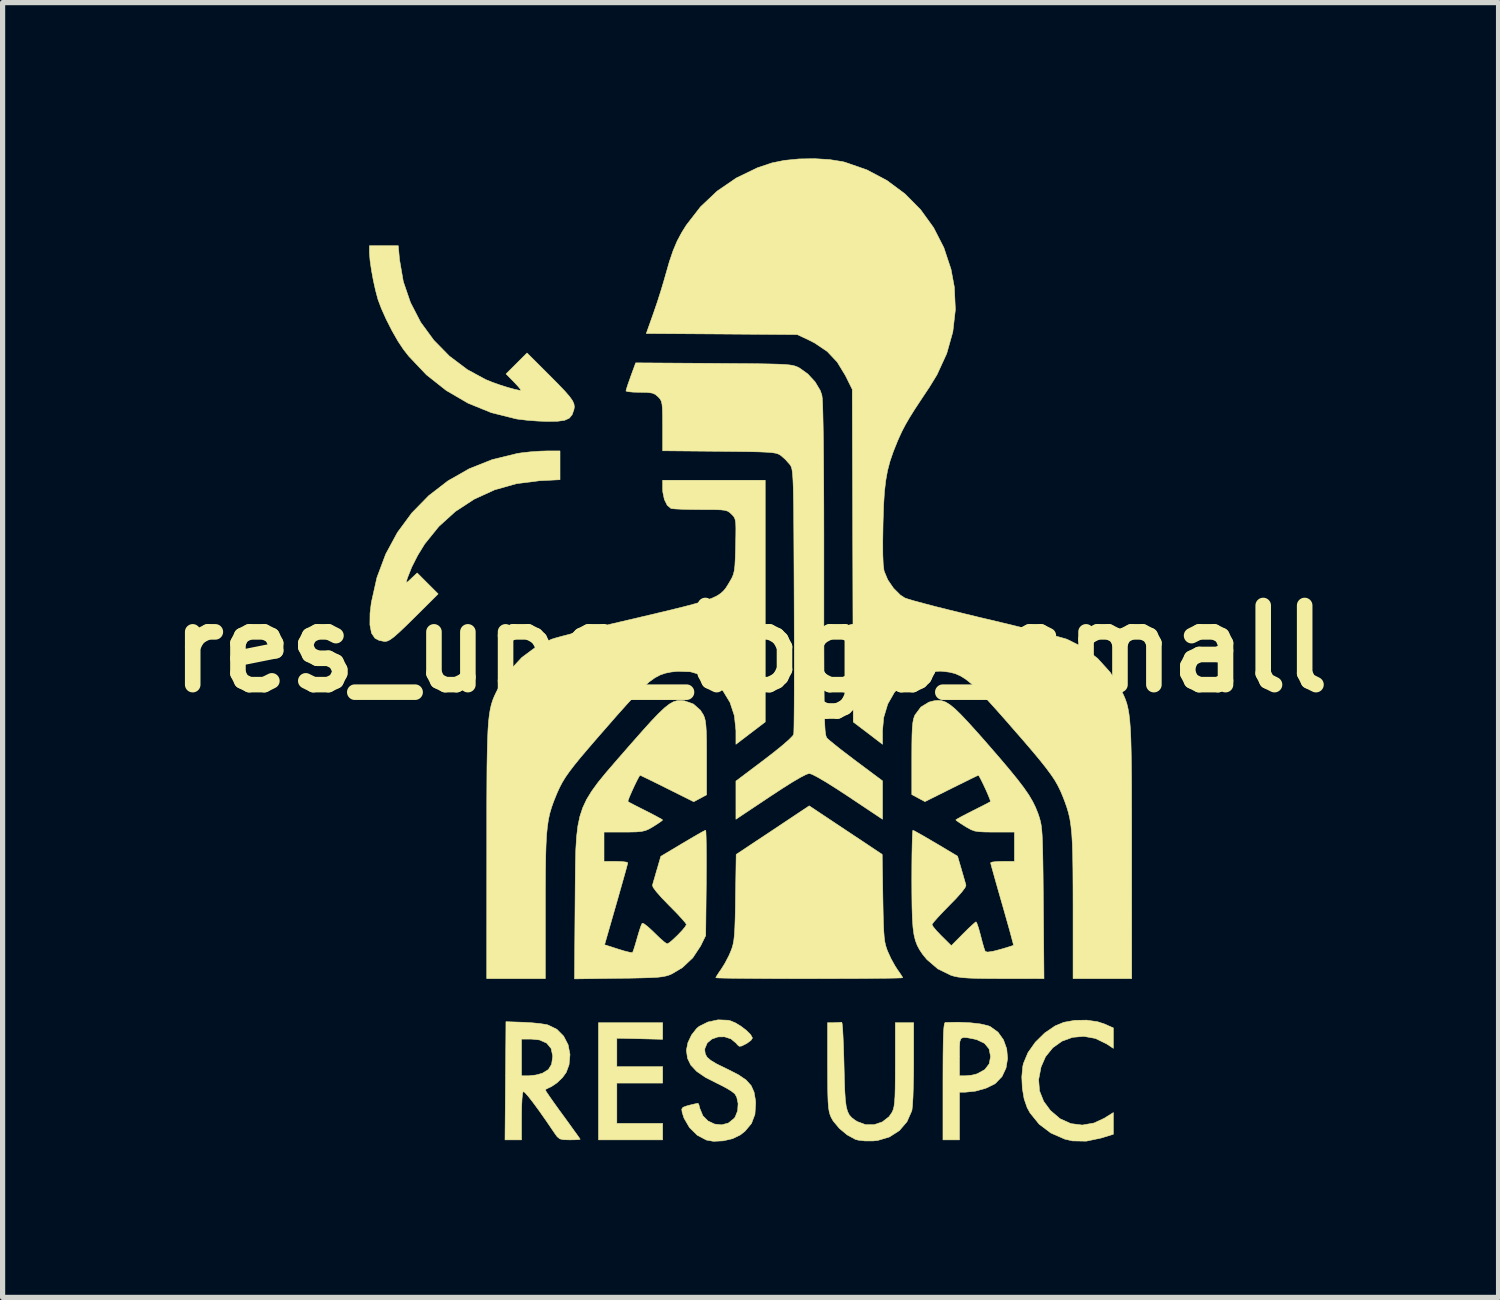
<source format=kicad_pcb>
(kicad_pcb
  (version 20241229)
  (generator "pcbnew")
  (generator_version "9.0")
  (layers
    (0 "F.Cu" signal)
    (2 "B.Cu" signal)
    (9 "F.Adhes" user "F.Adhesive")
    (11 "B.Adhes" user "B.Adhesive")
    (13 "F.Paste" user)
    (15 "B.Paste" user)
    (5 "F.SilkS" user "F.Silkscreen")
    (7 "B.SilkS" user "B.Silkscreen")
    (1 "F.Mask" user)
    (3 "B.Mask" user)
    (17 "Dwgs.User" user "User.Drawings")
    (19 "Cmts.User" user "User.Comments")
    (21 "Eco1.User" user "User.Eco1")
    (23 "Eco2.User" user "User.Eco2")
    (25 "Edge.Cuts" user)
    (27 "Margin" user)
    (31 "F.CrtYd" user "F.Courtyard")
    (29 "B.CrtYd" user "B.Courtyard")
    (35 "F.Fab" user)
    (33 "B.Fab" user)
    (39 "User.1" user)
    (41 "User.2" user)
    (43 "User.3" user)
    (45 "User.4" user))
  (footprint "res_upc_logo_small"
    (layer "F.Cu")
    (at 11.401 9.442)
    (property "Reference" "res_upc_logo_small" (at 0 0 0) (layer "F.SilkS") (effects (font (size 1.524 1.524) (thickness 0.3))))
    (attr through_hole)
    (fp_poly (pts (xy -1.693 7.518) (xy -2.134 7.507) (xy -2.575 7.497) (xy -2.575 7.77) (xy -2.575 8.043) (xy -1.693 8.043) (xy -1.693 8.361) (xy -2.575 8.361) (xy -2.575 9.137) (xy -1.693 9.137) (xy -1.693 9.454) (xy -2.928 9.454) (xy -2.928 7.197) (xy -1.693 7.197) (xy -1.693 7.518)) (stroke (width 0.01) (type solid)) (fill yes) (layer "F.SilkS"))
    (fp_poly (pts (xy 6.683 7.18) (xy 6.817 7.224) (xy 6.985 7.299) (xy 6.985 7.692) (xy 6.853 7.605) (xy 6.638 7.501) (xy 6.416 7.461) (xy 6.199 7.48) (xy 5.996 7.554) (xy 5.819 7.68) (xy 5.679 7.853) (xy 5.593 8.049) (xy 5.546 8.294) (xy 5.563 8.512) (xy 5.644 8.714) (xy 5.773 8.889) (xy 5.958 9.047) (xy 6.166 9.141) (xy 6.386 9.169) (xy 6.611 9.13) (xy 6.809 9.038) (xy 6.985 8.928) (xy 6.985 9.346) (xy 6.752 9.418) (xy 6.463 9.479) (xy 6.199 9.474) (xy 6.05 9.44) (xy 5.781 9.322) (xy 5.556 9.152) (xy 5.381 8.936) (xy 5.325 8.834) (xy 5.267 8.666) (xy 5.232 8.459) (xy 5.222 8.242) (xy 5.24 8.044) (xy 5.253 7.984) (xy 5.341 7.774) (xy 5.483 7.573) (xy 5.662 7.397) (xy 5.863 7.26) (xy 6.029 7.191) (xy 6.241 7.153) (xy 6.469 7.149) (xy 6.683 7.18)) (stroke (width 0.01) (type solid)) (fill yes) (layer "F.SilkS"))
    (fp_poly (pts (xy -3.669 -3.256) (xy -4.066 -3.236) (xy -4.507 -3.18) (xy -4.928 -3.061) (xy -5.322 -2.881) (xy -5.683 -2.645) (xy -6.002 -2.356) (xy -6.275 -2.018) (xy -6.278 -2.013) (xy -6.41 -1.798) (xy -6.524 -1.573) (xy -6.606 -1.366) (xy -6.614 -1.341) (xy -6.628 -1.288) (xy -6.619 -1.278) (xy -6.575 -1.314) (xy -6.53 -1.357) (xy -6.419 -1.461) (xy -6.217 -1.259) (xy -6.015 -1.057) (xy -6.476 -0.599) (xy -6.645 -0.433) (xy -6.773 -0.312) (xy -6.869 -0.228) (xy -6.94 -0.176) (xy -6.995 -0.149) (xy -7.041 -0.141) (xy -7.045 -0.141) (xy -7.151 -0.162) (xy -7.232 -0.204) (xy -7.298 -0.302) (xy -7.329 -0.462) (xy -7.327 -0.683) (xy -7.302 -0.89) (xy -7.194 -1.372) (xy -7.025 -1.823) (xy -6.8 -2.239) (xy -6.523 -2.615) (xy -6.197 -2.948) (xy -5.828 -3.233) (xy -5.419 -3.466) (xy -4.975 -3.643) (xy -4.5 -3.759) (xy -4.421 -3.772) (xy -4.245 -3.792) (xy -4.05 -3.806) (xy -3.918 -3.81) (xy -3.669 -3.81) (xy -3.669 -3.256)) (stroke (width 0.01) (type solid)) (fill yes) (layer "F.SilkS"))
    (fp_poly (pts (xy 4.224 7.199) (xy 4.42 7.221) (xy 4.568 7.255) (xy 4.613 7.272) (xy 4.763 7.38) (xy 4.869 7.528) (xy 4.932 7.703) (xy 4.948 7.889) (xy 4.918 8.071) (xy 4.841 8.235) (xy 4.715 8.366) (xy 4.695 8.38) (xy 4.53 8.46) (xy 4.33 8.516) (xy 4.136 8.536) (xy 4.022 8.537) (xy 4.022 9.454) (xy 3.704 9.454) (xy 3.704 8.326) (xy 3.705 7.999) (xy 3.706 7.834) (xy 4.022 7.834) (xy 4.022 7.849) (xy 4.022 8.22) (xy 4.143 8.22) (xy 4.261 8.208) (xy 4.363 8.182) (xy 4.51 8.101) (xy 4.595 7.989) (xy 4.621 7.849) (xy 4.592 7.703) (xy 4.503 7.595) (xy 4.356 7.525) (xy 4.297 7.511) (xy 4.177 7.488) (xy 4.098 7.482) (xy 4.051 7.503) (xy 4.029 7.561) (xy 4.022 7.668) (xy 4.022 7.834) (xy 3.706 7.834) (xy 3.707 7.737) (xy 3.71 7.535) (xy 3.715 7.385) (xy 3.723 7.282) (xy 3.732 7.221) (xy 3.744 7.196) (xy 3.748 7.194) (xy 3.995 7.189) (xy 4.224 7.199)) (stroke (width 0.01) (type solid)) (fill yes) (layer "F.SilkS"))
    (fp_poly (pts (xy 1.832 3.491) (xy 2.534 3.958) (xy 2.547 4.792) (xy 2.552 5.061) (xy 2.557 5.27) (xy 2.564 5.429) (xy 2.573 5.549) (xy 2.585 5.642) (xy 2.602 5.717) (xy 2.624 5.785) (xy 2.64 5.826) (xy 2.704 5.966) (xy 2.781 6.104) (xy 2.823 6.17) (xy 2.883 6.256) (xy 2.921 6.316) (xy 2.928 6.332) (xy 2.894 6.336) (xy 2.796 6.339) (xy 2.64 6.342) (xy 2.434 6.344) (xy 2.184 6.347) (xy 1.896 6.348) (xy 1.578 6.349) (xy 1.235 6.35) (xy 1.129 6.35) (xy 0.78 6.35) (xy 0.454 6.349) (xy 0.156 6.347) (xy -0.106 6.345) (xy -0.326 6.343) (xy -0.497 6.34) (xy -0.613 6.337) (xy -0.667 6.333) (xy -0.67 6.332) (xy -0.651 6.296) (xy -0.603 6.222) (xy -0.566 6.17) (xy -0.492 6.051) (xy -0.417 5.907) (xy -0.382 5.826) (xy -0.356 5.757) (xy -0.337 5.688) (xy -0.322 5.607) (xy -0.311 5.504) (xy -0.303 5.369) (xy -0.297 5.191) (xy -0.292 4.96) (xy -0.29 4.792) (xy -0.277 3.958) (xy 0.426 3.491) (xy 1.129 3.023) (xy 1.832 3.491)) (stroke (width 0.01) (type solid)) (fill yes) (layer "F.SilkS"))
    (fp_poly (pts (xy -6.759 -7.493) (xy -6.686 -7.07) (xy -6.548 -6.667) (xy -6.352 -6.288) (xy -6.1 -5.943) (xy -5.8 -5.637) (xy -5.455 -5.377) (xy -5.102 -5.185) (xy -4.977 -5.134) (xy -4.828 -5.081) (xy -4.676 -5.033) (xy -4.542 -4.996) (xy -4.445 -4.976) (xy -4.424 -4.974) (xy -4.431 -4.997) (xy -4.479 -5.056) (xy -4.551 -5.133) (xy -4.708 -5.293) (xy -4.304 -5.696) (xy -3.884 -5.277) (xy -3.708 -5.1) (xy -3.577 -4.963) (xy -3.486 -4.858) (xy -3.429 -4.778) (xy -3.4 -4.714) (xy -3.393 -4.657) (xy -3.401 -4.606) (xy -3.436 -4.507) (xy -3.49 -4.441) (xy -3.578 -4.401) (xy -3.709 -4.382) (xy -3.898 -4.378) (xy -3.907 -4.378) (xy -4.096 -4.385) (xy -4.296 -4.4) (xy -4.472 -4.421) (xy -4.516 -4.428) (xy -4.992 -4.547) (xy -5.441 -4.73) (xy -5.859 -4.974) (xy -6.24 -5.275) (xy -6.579 -5.632) (xy -6.684 -5.766) (xy -6.789 -5.924) (xy -6.903 -6.124) (xy -7.014 -6.342) (xy -7.109 -6.554) (xy -7.176 -6.733) (xy -7.177 -6.738) (xy -7.221 -6.904) (xy -7.264 -7.097) (xy -7.3 -7.295) (xy -7.326 -7.474) (xy -7.337 -7.612) (xy -7.338 -7.629) (xy -7.338 -7.761) (xy -6.783 -7.761) (xy -6.759 -7.493)) (stroke (width 0.01) (type solid)) (fill yes) (layer "F.SilkS"))
    (fp_poly (pts (xy 1.763 7.219) (xy 1.772 7.311) (xy 1.78 7.454) (xy 1.788 7.64) (xy 1.795 7.857) (xy 1.799 8.01) (xy 1.806 8.294) (xy 1.814 8.517) (xy 1.825 8.687) (xy 1.842 8.814) (xy 1.867 8.907) (xy 1.901 8.975) (xy 1.948 9.027) (xy 2.008 9.073) (xy 2.057 9.103) (xy 2.213 9.161) (xy 2.38 9.161) (xy 2.537 9.108) (xy 2.666 9.008) (xy 2.725 8.922) (xy 2.745 8.875) (xy 2.761 8.814) (xy 2.772 8.732) (xy 2.78 8.619) (xy 2.784 8.463) (xy 2.786 8.256) (xy 2.787 7.999) (xy 2.787 7.197) (xy 3.14 7.197) (xy 3.14 7.982) (xy 3.138 8.218) (xy 3.133 8.438) (xy 3.127 8.629) (xy 3.118 8.778) (xy 3.108 8.874) (xy 3.104 8.894) (xy 3.011 9.105) (xy 2.865 9.275) (xy 2.674 9.398) (xy 2.449 9.465) (xy 2.357 9.475) (xy 2.204 9.475) (xy 2.07 9.459) (xy 2.016 9.444) (xy 1.859 9.358) (xy 1.709 9.233) (xy 1.59 9.09) (xy 1.549 9.017) (xy 1.528 8.963) (xy 1.512 8.902) (xy 1.5 8.822) (xy 1.492 8.714) (xy 1.487 8.567) (xy 1.484 8.373) (xy 1.483 8.122) (xy 1.482 8.035) (xy 1.482 7.197) (xy 1.605 7.197) (xy 1.695 7.194) (xy 1.752 7.189) (xy 1.755 7.188) (xy 1.763 7.219)) (stroke (width 0.01) (type solid)) (fill yes) (layer "F.SilkS"))
    (fp_poly (pts (xy -4.374 7.19) (xy -4.209 7.2) (xy -4.054 7.215) (xy -3.934 7.234) (xy -3.901 7.242) (xy -3.73 7.325) (xy -3.599 7.457) (xy -3.513 7.623) (xy -3.477 7.811) (xy -3.495 8.008) (xy -3.549 8.154) (xy -3.621 8.254) (xy -3.725 8.354) (xy -3.835 8.429) (xy -3.88 8.449) (xy -3.937 8.477) (xy -3.95 8.496) (xy -3.93 8.531) (xy -3.875 8.613) (xy -3.792 8.731) (xy -3.689 8.875) (xy -3.615 8.976) (xy -3.502 9.131) (xy -3.406 9.265) (xy -3.332 9.367) (xy -3.289 9.429) (xy -3.281 9.443) (xy -3.313 9.449) (xy -3.396 9.453) (xy -3.484 9.454) (xy -3.601 9.451) (xy -3.672 9.435) (xy -3.723 9.394) (xy -3.775 9.322) (xy -3.93 9.094) (xy -4.069 8.896) (xy -4.188 8.734) (xy -4.282 8.614) (xy -4.347 8.541) (xy -4.378 8.522) (xy -4.39 8.563) (xy -4.4 8.66) (xy -4.407 8.8) (xy -4.41 8.969) (xy -4.41 8.998) (xy -4.41 9.454) (xy -4.728 9.454) (xy -4.712 7.514) (xy -4.41 7.514) (xy -4.41 8.22) (xy -4.267 8.22) (xy -4.139 8.206) (xy -4.016 8.174) (xy -4.006 8.17) (xy -3.893 8.1) (xy -3.831 7.999) (xy -3.81 7.851) (xy -3.81 7.837) (xy -3.84 7.695) (xy -3.926 7.591) (xy -4.065 7.53) (xy -4.218 7.514) (xy -4.41 7.514) (xy -4.712 7.514) (xy -4.71 7.179) (xy -4.374 7.19)) (stroke (width 0.01) (type solid)) (fill yes) (layer "F.SilkS"))
    (fp_poly (pts (xy -0.433 7.151) (xy -0.395 7.159) (xy -0.293 7.201) (xy -0.182 7.269) (xy -0.078 7.349) (xy 0.000111 7.427) (xy 0.035 7.49) (xy 0.035 7.495) (xy 0.007 7.538) (xy -0.064 7.591) (xy -0.09 7.606) (xy -0.172 7.647) (xy -0.217 7.653) (xy -0.254 7.623) (xy -0.275 7.595) (xy -0.377 7.51) (xy -0.5 7.47) (xy -0.628 7.472) (xy -0.745 7.513) (xy -0.834 7.588) (xy -0.88 7.695) (xy -0.882 7.729) (xy -0.872 7.8) (xy -0.838 7.862) (xy -0.768 7.923) (xy -0.653 7.992) (xy -0.484 8.075) (xy -0.439 8.096) (xy -0.234 8.201) (xy -0.087 8.301) (xy 0.01 8.408) (xy 0.067 8.534) (xy 0.094 8.691) (xy 0.098 8.745) (xy 0.084 8.962) (xy 0.017 9.139) (xy -0.109 9.289) (xy -0.198 9.359) (xy -0.346 9.431) (xy -0.529 9.473) (xy -0.714 9.482) (xy -0.85 9.458) (xy -1.026 9.365) (xy -1.175 9.219) (xy -1.282 9.035) (xy -1.318 8.921) (xy -1.325 8.862) (xy -1.301 8.827) (xy -1.23 8.801) (xy -1.183 8.788) (xy -1.087 8.765) (xy -1.023 8.751) (xy -1.012 8.749) (xy -0.995 8.779) (xy -0.976 8.851) (xy -0.919 8.99) (xy -0.819 9.091) (xy -0.693 9.15) (xy -0.557 9.165) (xy -0.427 9.13) (xy -0.318 9.042) (xy -0.297 9.014) (xy -0.249 8.894) (xy -0.24 8.755) (xy -0.267 8.629) (xy -0.304 8.567) (xy -0.367 8.517) (xy -0.474 8.452) (xy -0.605 8.384) (xy -0.635 8.37) (xy -0.868 8.252) (xy -1.037 8.136) (xy -1.15 8.016) (xy -1.214 7.884) (xy -1.235 7.733) (xy -1.235 7.726) (xy -1.207 7.584) (xy -1.137 7.435) (xy -1.038 7.309) (xy -0.992 7.27) (xy -0.822 7.185) (xy -0.625 7.143) (xy -0.433 7.151)) (stroke (width 0.01) (type solid)) (fill yes) (layer "F.SilkS"))
    (fp_poly (pts (xy 0.282 1.408) (xy 0 1.623) (xy -0.282 1.838) (xy -0.282 1.573) (xy -0.312 1.287) (xy -0.396 1.032) (xy -0.529 0.813) (xy -0.705 0.638) (xy -0.916 0.512) (xy -1.157 0.442) (xy -1.402 0.433) (xy -1.527 0.446) (xy -1.637 0.468) (xy -1.74 0.503) (xy -1.842 0.557) (xy -1.952 0.636) (xy -2.074 0.746) (xy -2.218 0.89) (xy -2.389 1.076) (xy -2.596 1.308) (xy -2.702 1.43) (xy -2.933 1.694) (xy -3.121 1.912) (xy -3.274 2.092) (xy -3.395 2.241) (xy -3.49 2.365) (xy -3.564 2.471) (xy -3.623 2.567) (xy -3.672 2.66) (xy -3.717 2.757) (xy -3.74 2.811) (xy -3.79 2.935) (xy -3.831 3.05) (xy -3.865 3.165) (xy -3.892 3.288) (xy -3.912 3.426) (xy -3.928 3.588) (xy -3.938 3.781) (xy -3.945 4.015) (xy -3.949 4.296) (xy -3.951 4.633) (xy -3.951 4.959) (xy -3.951 6.35) (xy -5.08 6.35) (xy -5.079 3.907) (xy -5.079 3.404) (xy -5.079 2.966) (xy -5.077 2.588) (xy -5.075 2.264) (xy -5.07 1.99) (xy -5.064 1.759) (xy -5.056 1.566) (xy -5.045 1.406) (xy -5.03 1.273) (xy -5.012 1.163) (xy -4.99 1.069) (xy -4.964 0.987) (xy -4.933 0.911) (xy -4.897 0.835) (xy -4.855 0.754) (xy -4.847 0.738) (xy -4.649 0.43) (xy -4.405 0.167) (xy -4.123 -0.043) (xy -3.837 -0.183) (xy -3.761 -0.207) (xy -3.626 -0.244) (xy -3.442 -0.292) (xy -3.216 -0.348) (xy -2.959 -0.412) (xy -2.68 -0.479) (xy -2.457 -0.531) (xy -2.052 -0.626) (xy -1.71 -0.707) (xy -1.425 -0.776) (xy -1.191 -0.835) (xy -1.001 -0.888) (xy -0.851 -0.935) (xy -0.733 -0.979) (xy -0.643 -1.022) (xy -0.574 -1.068) (xy -0.521 -1.116) (xy -0.476 -1.171) (xy -0.436 -1.234) (xy -0.398 -1.298) (xy -0.359 -1.366) (xy -0.332 -1.431) (xy -0.314 -1.504) (xy -0.302 -1.602) (xy -0.295 -1.738) (xy -0.289 -1.927) (xy -0.288 -1.983) (xy -0.284 -2.184) (xy -0.283 -2.327) (xy -0.286 -2.425) (xy -0.297 -2.489) (xy -0.315 -2.533) (xy -0.343 -2.569) (xy -0.366 -2.591) (xy -0.403 -2.626) (xy -0.443 -2.651) (xy -0.496 -2.667) (xy -0.577 -2.676) (xy -0.698 -2.68) (xy -0.871 -2.681) (xy -0.966 -2.681) (xy -1.152 -2.683) (xy -1.316 -2.687) (xy -1.444 -2.693) (xy -1.521 -2.7) (xy -1.533 -2.703) (xy -1.605 -2.764) (xy -1.66 -2.876) (xy -1.69 -3.019) (xy -1.693 -3.085) (xy -1.693 -3.246) (xy 0.282 -3.246) (xy 0.282 1.408)) (stroke (width 0.01) (type solid)) (fill yes) (layer "F.SilkS"))
    (fp_poly (pts (xy -0.709 -5.496) (xy -0.344 -5.493) (xy -0.043 -5.491) (xy 0.202 -5.488) (xy 0.397 -5.484) (xy 0.548 -5.48) (xy 0.664 -5.474) (xy 0.75 -5.466) (xy 0.813 -5.456) (xy 0.861 -5.443) (xy 0.9 -5.428) (xy 0.937 -5.409) (xy 0.94 -5.408) (xy 1.102 -5.292) (xy 1.242 -5.14) (xy 1.342 -4.973) (xy 1.372 -4.886) (xy 1.38 -4.826) (xy 1.387 -4.71) (xy 1.392 -4.536) (xy 1.397 -4.302) (xy 1.402 -4.007) (xy 1.405 -3.649) (xy 1.408 -3.227) (xy 1.41 -2.74) (xy 1.411 -2.184) (xy 1.411 -1.56) (xy 1.411 -1.541) (xy 1.411 -0.992) (xy 1.411 -0.51) (xy 1.412 -0.09) (xy 1.413 0.273) (xy 1.414 0.583) (xy 1.416 0.844) (xy 1.418 1.06) (xy 1.421 1.237) (xy 1.425 1.377) (xy 1.43 1.487) (xy 1.435 1.569) (xy 1.442 1.629) (xy 1.45 1.67) (xy 1.459 1.698) (xy 1.469 1.716) (xy 1.473 1.721) (xy 1.521 1.764) (xy 1.615 1.841) (xy 1.744 1.944) (xy 1.899 2.062) (xy 2.037 2.167) (xy 2.54 2.542) (xy 2.54 3.281) (xy 1.879 2.84) (xy 1.648 2.689) (xy 1.451 2.565) (xy 1.295 2.474) (xy 1.185 2.417) (xy 1.129 2.399) (xy 1.068 2.419) (xy 0.956 2.477) (xy 0.798 2.57) (xy 0.6 2.695) (xy 0.379 2.84) (xy -0.282 3.281) (xy -0.282 2.546) (xy 0.265 2.134) (xy 0.458 1.985) (xy 0.618 1.855) (xy 0.738 1.75) (xy 0.81 1.677) (xy 0.83 1.646) (xy 0.833 1.598) (xy 0.836 1.487) (xy 0.838 1.316) (xy 0.84 1.092) (xy 0.841 0.821) (xy 0.841 0.509) (xy 0.841 0.16) (xy 0.841 -0.217) (xy 0.84 -0.619) (xy 0.839 -0.941) (xy 0.837 -1.422) (xy 0.835 -1.838) (xy 0.833 -2.193) (xy 0.831 -2.493) (xy 0.829 -2.742) (xy 0.825 -2.946) (xy 0.822 -3.109) (xy 0.817 -3.237) (xy 0.811 -3.335) (xy 0.804 -3.407) (xy 0.796 -3.459) (xy 0.786 -3.495) (xy 0.775 -3.521) (xy 0.762 -3.542) (xy 0.756 -3.549) (xy 0.672 -3.644) (xy 0.586 -3.72) (xy 0.556 -3.74) (xy 0.52 -3.756) (xy 0.47 -3.769) (xy 0.399 -3.779) (xy 0.299 -3.786) (xy 0.161 -3.792) (xy -0.022 -3.796) (xy -0.259 -3.799) (xy -0.557 -3.802) (xy -0.602 -3.803) (xy -1.693 -3.813) (xy -1.693 -4.289) (xy -1.694 -4.482) (xy -1.697 -4.617) (xy -1.705 -4.708) (xy -1.719 -4.768) (xy -1.742 -4.81) (xy -1.776 -4.848) (xy -1.78 -4.852) (xy -1.833 -4.898) (xy -1.894 -4.924) (xy -1.983 -4.936) (xy -2.12 -4.939) (xy -2.133 -4.939) (xy -2.26 -4.942) (xy -2.354 -4.951) (xy -2.398 -4.963) (xy -2.399 -4.965) (xy -2.388 -5.009) (xy -2.358 -5.101) (xy -2.315 -5.222) (xy -2.306 -5.249) (xy -2.212 -5.506) (xy -0.709 -5.496)) (stroke (width 0.01) (type solid)) (fill yes) (layer "F.SilkS"))
    (fp_poly (pts (xy -1.273 1.001) (xy -1.1 1.063) (xy -0.965 1.183) (xy -0.908 1.273) (xy -0.887 1.324) (xy -0.871 1.389) (xy -0.86 1.477) (xy -0.852 1.6) (xy -0.848 1.768) (xy -0.847 1.991) (xy -0.847 2.102) (xy -0.847 2.811) (xy -1.094 2.944) (xy -1.606 2.689) (xy -1.778 2.603) (xy -1.927 2.53) (xy -2.042 2.474) (xy -2.112 2.441) (xy -2.128 2.434) (xy -2.149 2.463) (xy -2.189 2.539) (xy -2.239 2.641) (xy -2.289 2.751) (xy -2.332 2.85) (xy -2.358 2.92) (xy -2.361 2.941) (xy -2.325 2.962) (xy -2.24 3.007) (xy -2.119 3.068) (xy -2.02 3.118) (xy -1.885 3.187) (xy -1.777 3.245) (xy -1.709 3.283) (xy -1.693 3.296) (xy -1.721 3.32) (xy -1.792 3.369) (xy -1.87 3.419) (xy -1.952 3.467) (xy -2.023 3.498) (xy -2.101 3.516) (xy -2.204 3.525) (xy -2.352 3.528) (xy -2.435 3.528) (xy -2.822 3.528) (xy -2.822 4.092) (xy -2.593 4.092) (xy -2.476 4.096) (xy -2.394 4.106) (xy -2.364 4.119) (xy -2.374 4.159) (xy -2.4 4.257) (xy -2.441 4.403) (xy -2.493 4.587) (xy -2.553 4.799) (xy -2.588 4.921) (xy -2.811 5.697) (xy -2.55 5.781) (xy -2.425 5.819) (xy -2.328 5.843) (xy -2.277 5.849) (xy -2.273 5.848) (xy -2.256 5.808) (xy -2.227 5.718) (xy -2.191 5.596) (xy -2.184 5.57) (xy -2.146 5.442) (xy -2.113 5.341) (xy -2.089 5.287) (xy -2.086 5.283) (xy -2.052 5.294) (xy -1.982 5.347) (xy -1.89 5.431) (xy -1.852 5.468) (xy -1.752 5.565) (xy -1.668 5.639) (xy -1.614 5.677) (xy -1.605 5.68) (xy -1.561 5.656) (xy -1.489 5.594) (xy -1.403 5.512) (xy -1.321 5.426) (xy -1.26 5.353) (xy -1.235 5.308) (xy -1.235 5.307) (xy -1.258 5.271) (xy -1.323 5.196) (xy -1.42 5.091) (xy -1.54 4.969) (xy -1.57 4.939) (xy -1.711 4.793) (xy -1.815 4.675) (xy -1.876 4.592) (xy -1.889 4.552) (xy -1.873 4.493) (xy -1.842 4.388) (xy -1.805 4.258) (xy -1.801 4.247) (xy -1.728 3.995) (xy -1.308 3.744) (xy -1.154 3.653) (xy -1.022 3.576) (xy -0.924 3.521) (xy -0.871 3.494) (xy -0.865 3.493) (xy -0.86 3.526) (xy -0.856 3.622) (xy -0.853 3.77) (xy -0.851 3.963) (xy -0.851 4.191) (xy -0.853 4.445) (xy -0.853 4.507) (xy -0.864 5.521) (xy -0.962 5.721) (xy -1.112 5.948) (xy -1.312 6.137) (xy -1.513 6.257) (xy -1.569 6.281) (xy -1.629 6.299) (xy -1.701 6.313) (xy -1.797 6.324) (xy -1.927 6.331) (xy -2.099 6.336) (xy -2.325 6.341) (xy -2.533 6.343) (xy -3.39 6.355) (xy -3.379 4.897) (xy -3.376 4.494) (xy -3.372 4.153) (xy -3.365 3.864) (xy -3.35 3.619) (xy -3.325 3.409) (xy -3.286 3.225) (xy -3.231 3.058) (xy -3.157 2.9) (xy -3.059 2.74) (xy -2.936 2.571) (xy -2.783 2.384) (xy -2.598 2.169) (xy -2.378 1.917) (xy -2.295 1.822) (xy -2.084 1.583) (xy -1.912 1.392) (xy -1.772 1.246) (xy -1.658 1.138) (xy -1.564 1.064) (xy -1.484 1.019) (xy -1.41 0.997) (xy -1.337 0.994) (xy -1.273 1.001)) (stroke (width 0.01) (type solid)) (fill yes) (layer "F.SilkS"))
    (fp_poly (pts (xy 1.519 -9.42) (xy 1.771 -9.38) (xy 1.815 -9.369) (xy 2.239 -9.222) (xy 2.626 -9.017) (xy 2.972 -8.76) (xy 3.273 -8.456) (xy 3.524 -8.109) (xy 3.721 -7.724) (xy 3.859 -7.308) (xy 3.923 -6.965) (xy 3.943 -6.531) (xy 3.894 -6.103) (xy 3.776 -5.684) (xy 3.59 -5.279) (xy 3.446 -5.043) (xy 3.286 -4.803) (xy 3.159 -4.61) (xy 3.06 -4.451) (xy 2.982 -4.317) (xy 2.918 -4.195) (xy 2.862 -4.074) (xy 2.831 -4.004) (xy 2.749 -3.8) (xy 2.685 -3.614) (xy 2.637 -3.432) (xy 2.602 -3.237) (xy 2.577 -3.018) (xy 2.561 -2.758) (xy 2.551 -2.444) (xy 2.55 -2.399) (xy 2.545 -2.071) (xy 2.546 -1.813) (xy 2.554 -1.625) (xy 2.569 -1.507) (xy 2.573 -1.492) (xy 2.642 -1.327) (xy 2.752 -1.167) (xy 2.883 -1.036) (xy 2.967 -0.981) (xy 3.028 -0.959) (xy 3.15 -0.923) (xy 3.325 -0.876) (xy 3.544 -0.818) (xy 3.8 -0.754) (xy 4.085 -0.684) (xy 4.389 -0.61) (xy 4.508 -0.582) (xy 4.82 -0.508) (xy 5.117 -0.436) (xy 5.391 -0.369) (xy 5.632 -0.308) (xy 5.832 -0.257) (xy 5.984 -0.216) (xy 6.078 -0.189) (xy 6.095 -0.183) (xy 6.404 -0.028) (xy 6.682 0.185) (xy 6.923 0.451) (xy 7.105 0.738) (xy 7.147 0.82) (xy 7.184 0.897) (xy 7.216 0.973) (xy 7.244 1.054) (xy 7.266 1.145) (xy 7.285 1.252) (xy 7.3 1.38) (xy 7.312 1.534) (xy 7.321 1.72) (xy 7.327 1.944) (xy 7.332 2.21) (xy 7.335 2.525) (xy 7.336 2.892) (xy 7.337 3.319) (xy 7.337 3.809) (xy 7.337 3.907) (xy 7.338 6.35) (xy 6.209 6.35) (xy 6.209 4.959) (xy 6.208 4.571) (xy 6.206 4.247) (xy 6.202 3.976) (xy 6.195 3.752) (xy 6.184 3.566) (xy 6.168 3.411) (xy 6.148 3.277) (xy 6.121 3.158) (xy 6.087 3.045) (xy 6.046 2.93) (xy 6.011 2.84) (xy 5.966 2.734) (xy 5.917 2.634) (xy 5.859 2.532) (xy 5.785 2.422) (xy 5.691 2.295) (xy 5.572 2.145) (xy 5.423 1.966) (xy 5.237 1.749) (xy 5.01 1.489) (xy 4.968 1.44) (xy 4.74 1.182) (xy 4.551 0.973) (xy 4.393 0.807) (xy 4.26 0.68) (xy 4.144 0.586) (xy 4.038 0.52) (xy 3.936 0.476) (xy 3.831 0.45) (xy 3.716 0.435) (xy 3.653 0.43) (xy 3.388 0.446) (xy 3.149 0.524) (xy 2.94 0.657) (xy 2.769 0.838) (xy 2.641 1.062) (xy 2.563 1.322) (xy 2.54 1.573) (xy 2.54 1.838) (xy 2.259 1.623) (xy 1.977 1.409) (xy 1.968 -1.793) (xy 1.958 -4.996) (xy 1.826 -5.262) (xy 1.669 -5.52) (xy 1.476 -5.725) (xy 1.232 -5.889) (xy 1.135 -5.939) (xy 0.9 -6.05) (xy -0.554 -6.061) (xy -2.008 -6.071) (xy -1.868 -6.466) (xy -1.8 -6.664) (xy -1.731 -6.879) (xy -1.671 -7.079) (xy -1.641 -7.184) (xy -1.565 -7.45) (xy -1.492 -7.665) (xy -1.415 -7.848) (xy -1.325 -8.017) (xy -1.238 -8.156) (xy -0.964 -8.51) (xy -0.642 -8.814) (xy -0.275 -9.065) (xy 0.13 -9.261) (xy 0.409 -9.355) (xy 0.65 -9.404) (xy 0.933 -9.432) (xy 1.231 -9.437) (xy 1.519 -9.42)) (stroke (width 0.01) (type solid)) (fill yes) (layer "F.SilkS"))
    (fp_poly (pts (xy 3.68 0.999) (xy 3.755 1.025) (xy 3.837 1.075) (xy 3.934 1.154) (xy 4.051 1.268) (xy 4.196 1.422) (xy 4.375 1.62) (xy 4.553 1.822) (xy 4.789 2.094) (xy 4.982 2.322) (xy 5.137 2.512) (xy 5.26 2.673) (xy 5.356 2.812) (xy 5.43 2.937) (xy 5.487 3.053) (xy 5.534 3.17) (xy 5.547 3.208) (xy 5.566 3.268) (xy 5.582 3.328) (xy 5.595 3.395) (xy 5.605 3.476) (xy 5.613 3.58) (xy 5.619 3.713) (xy 5.624 3.882) (xy 5.628 4.096) (xy 5.632 4.361) (xy 5.635 4.685) (xy 5.637 4.895) (xy 5.649 6.35) (xy 4.844 6.349) (xy 4.573 6.348) (xy 4.361 6.345) (xy 4.199 6.339) (xy 4.076 6.33) (xy 3.981 6.317) (xy 3.905 6.3) (xy 3.857 6.285) (xy 3.605 6.162) (xy 3.395 5.982) (xy 3.313 5.882) (xy 3.255 5.796) (xy 3.209 5.71) (xy 3.173 5.615) (xy 3.146 5.503) (xy 3.127 5.363) (xy 3.115 5.186) (xy 3.108 4.964) (xy 3.105 4.688) (xy 3.104 4.439) (xy 3.105 4.189) (xy 3.107 3.963) (xy 3.111 3.772) (xy 3.115 3.624) (xy 3.12 3.527) (xy 3.125 3.493) (xy 3.125 3.493) (xy 3.162 3.51) (xy 3.247 3.557) (xy 3.369 3.627) (xy 3.517 3.714) (xy 3.566 3.742) (xy 3.985 3.992) (xy 4.059 4.245) (xy 4.097 4.376) (xy 4.128 4.484) (xy 4.146 4.549) (xy 4.147 4.552) (xy 4.129 4.599) (xy 4.063 4.687) (xy 3.954 4.809) (xy 3.827 4.939) (xy 3.704 5.065) (xy 3.601 5.175) (xy 3.528 5.258) (xy 3.494 5.305) (xy 3.493 5.31) (xy 3.516 5.351) (xy 3.578 5.426) (xy 3.666 5.518) (xy 3.679 5.531) (xy 3.865 5.715) (xy 4.092 5.486) (xy 4.194 5.385) (xy 4.278 5.307) (xy 4.33 5.262) (xy 4.341 5.256) (xy 4.359 5.288) (xy 4.388 5.372) (xy 4.421 5.491) (xy 4.429 5.522) (xy 4.463 5.653) (xy 4.494 5.76) (xy 4.516 5.82) (xy 4.518 5.825) (xy 4.563 5.839) (xy 4.665 5.824) (xy 4.798 5.79) (xy 4.921 5.754) (xy 5.014 5.725) (xy 5.06 5.709) (xy 5.062 5.708) (xy 5.055 5.672) (xy 5.03 5.579) (xy 4.992 5.437) (xy 4.941 5.256) (xy 4.882 5.047) (xy 4.846 4.921) (xy 4.782 4.698) (xy 4.725 4.498) (xy 4.678 4.33) (xy 4.643 4.205) (xy 4.624 4.133) (xy 4.622 4.119) (xy 4.654 4.105) (xy 4.738 4.096) (xy 4.851 4.092) (xy 5.08 4.092) (xy 5.08 3.528) (xy 4.694 3.528) (xy 4.522 3.527) (xy 4.403 3.521) (xy 4.316 3.508) (xy 4.245 3.482) (xy 4.17 3.441) (xy 4.13 3.417) (xy 4.035 3.356) (xy 3.97 3.311) (xy 3.951 3.294) (xy 3.981 3.274) (xy 4.06 3.23) (xy 4.177 3.169) (xy 4.277 3.118) (xy 4.414 3.049) (xy 4.526 2.992) (xy 4.599 2.953) (xy 4.619 2.941) (xy 4.611 2.907) (xy 4.58 2.828) (xy 4.535 2.724) (xy 4.484 2.614) (xy 4.436 2.517) (xy 4.4 2.451) (xy 4.386 2.434) (xy 4.352 2.449) (xy 4.266 2.49) (xy 4.139 2.553) (xy 3.981 2.631) (xy 3.866 2.688) (xy 3.357 2.942) (xy 3.231 2.874) (xy 3.104 2.806) (xy 3.104 2.1) (xy 3.105 1.851) (xy 3.108 1.662) (xy 3.114 1.522) (xy 3.124 1.421) (xy 3.138 1.348) (xy 3.157 1.292) (xy 3.166 1.273) (xy 3.279 1.121) (xy 3.432 1.027) (xy 3.53 1.001) (xy 3.608 0.993) (xy 3.68 0.999)) (stroke (width 0.01) (type solid)) (fill yes) (layer "F.SilkS")))
  (gr_rect
    (start -3 -3)
    (end 25.802 21.929)
    (stroke (width 0.1) (type default))
    (fill no)
    (layer "Edge.Cuts")))
</source>
